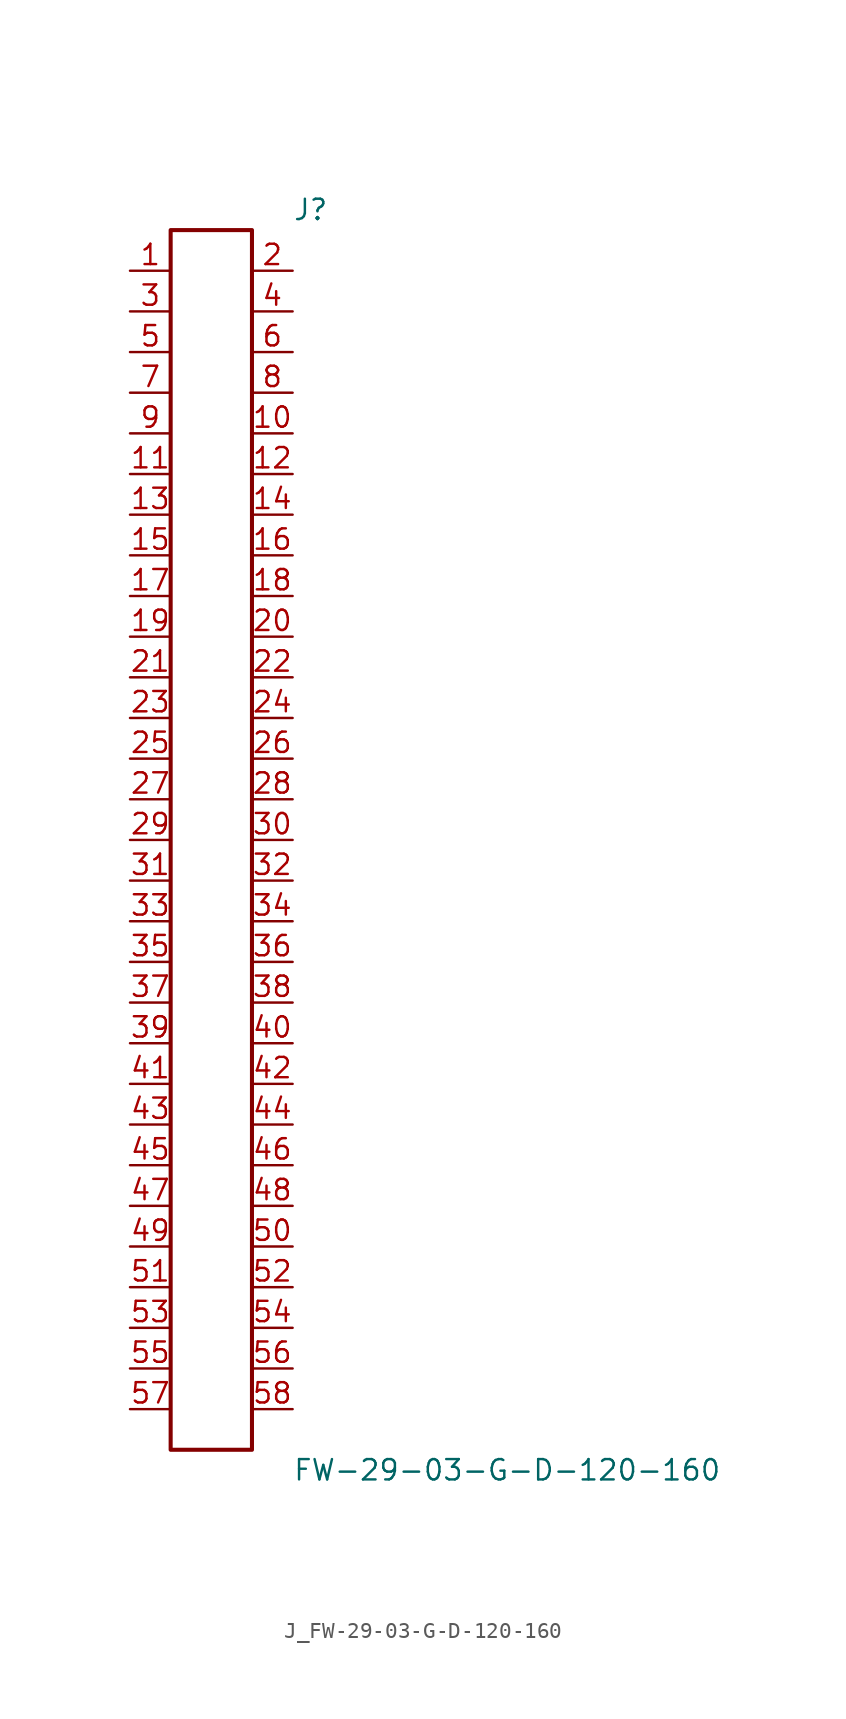
<source format=kicad_sym>
(kicad_symbol_lib
  (version 20231120)
  (generator kicad_symbol_editor)
  (generator_version 8.0)
  (symbol "J_FW-29-03-G-D-120-160"
    (pin_names
      (offset 0.254))
    (property "Reference" "J"
      (at 5.08 39.37 0)
      (effects (font (size 1.27 1.27)) (justify left)))
    (property "Value" "FW-29-03-G-D-120-160"
      (at 5.08 -39.37 0)
      (effects (font (size 1.27 1.27)) (justify left)))
    (symbol "J_FW-29-03-G-D-120-160_0_0"
      (pin passive line (at -5.08 35.56 0) (length 2.54) (name "" (effects (font (size 1.27 1.27)))) (number "1" (effects (font (size 1.27 1.27)))))
      (pin passive line (at 5.08 35.56 180) (length 2.54) (name "" (effects (font (size 1.27 1.27)))) (number "2" (effects (font (size 1.27 1.27)))))
      (pin passive line (at -5.08 33.02 0) (length 2.54) (name "" (effects (font (size 1.27 1.27)))) (number "3" (effects (font (size 1.27 1.27)))))
      (pin passive line (at 5.08 33.02 180) (length 2.54) (name "" (effects (font (size 1.27 1.27)))) (number "4" (effects (font (size 1.27 1.27)))))
      (pin passive line (at -5.08 30.48 0) (length 2.54) (name "" (effects (font (size 1.27 1.27)))) (number "5" (effects (font (size 1.27 1.27)))))
      (pin passive line (at 5.08 30.48 180) (length 2.54) (name "" (effects (font (size 1.27 1.27)))) (number "6" (effects (font (size 1.27 1.27)))))
      (pin passive line (at -5.08 27.94 0) (length 2.54) (name "" (effects (font (size 1.27 1.27)))) (number "7" (effects (font (size 1.27 1.27)))))
      (pin passive line (at 5.08 27.94 180) (length 2.54) (name "" (effects (font (size 1.27 1.27)))) (number "8" (effects (font (size 1.27 1.27)))))
      (pin passive line (at -5.08 25.4 0) (length 2.54) (name "" (effects (font (size 1.27 1.27)))) (number "9" (effects (font (size 1.27 1.27)))))
      (pin passive line (at 5.08 25.4 180) (length 2.54) (name "" (effects (font (size 1.27 1.27)))) (number "10" (effects (font (size 1.27 1.27)))))
      (pin passive line (at -5.08 22.86 0) (length 2.54) (name "" (effects (font (size 1.27 1.27)))) (number "11" (effects (font (size 1.27 1.27)))))
      (pin passive line (at 5.08 22.86 180) (length 2.54) (name "" (effects (font (size 1.27 1.27)))) (number "12" (effects (font (size 1.27 1.27)))))
      (pin passive line (at -5.08 20.32 0) (length 2.54) (name "" (effects (font (size 1.27 1.27)))) (number "13" (effects (font (size 1.27 1.27)))))
      (pin passive line (at 5.08 20.32 180) (length 2.54) (name "" (effects (font (size 1.27 1.27)))) (number "14" (effects (font (size 1.27 1.27)))))
      (pin passive line (at -5.08 17.78 0) (length 2.54) (name "" (effects (font (size 1.27 1.27)))) (number "15" (effects (font (size 1.27 1.27)))))
      (pin passive line (at 5.08 17.78 180) (length 2.54) (name "" (effects (font (size 1.27 1.27)))) (number "16" (effects (font (size 1.27 1.27)))))
      (pin passive line (at -5.08 15.24 0) (length 2.54) (name "" (effects (font (size 1.27 1.27)))) (number "17" (effects (font (size 1.27 1.27)))))
      (pin passive line (at 5.08 15.24 180) (length 2.54) (name "" (effects (font (size 1.27 1.27)))) (number "18" (effects (font (size 1.27 1.27)))))
      (pin passive line (at -5.08 12.7 0) (length 2.54) (name "" (effects (font (size 1.27 1.27)))) (number "19" (effects (font (size 1.27 1.27)))))
      (pin passive line (at 5.08 12.7 180) (length 2.54) (name "" (effects (font (size 1.27 1.27)))) (number "20" (effects (font (size 1.27 1.27)))))
      (pin passive line (at -5.08 10.16 0) (length 2.54) (name "" (effects (font (size 1.27 1.27)))) (number "21" (effects (font (size 1.27 1.27)))))
      (pin passive line (at 5.08 10.16 180) (length 2.54) (name "" (effects (font (size 1.27 1.27)))) (number "22" (effects (font (size 1.27 1.27)))))
      (pin passive line (at -5.08 7.62 0) (length 2.54) (name "" (effects (font (size 1.27 1.27)))) (number "23" (effects (font (size 1.27 1.27)))))
      (pin passive line (at 5.08 7.62 180) (length 2.54) (name "" (effects (font (size 1.27 1.27)))) (number "24" (effects (font (size 1.27 1.27)))))
      (pin passive line (at -5.08 5.08 0) (length 2.54) (name "" (effects (font (size 1.27 1.27)))) (number "25" (effects (font (size 1.27 1.27)))))
      (pin passive line (at 5.08 5.08 180) (length 2.54) (name "" (effects (font (size 1.27 1.27)))) (number "26" (effects (font (size 1.27 1.27)))))
      (pin passive line (at -5.08 2.54 0) (length 2.54) (name "" (effects (font (size 1.27 1.27)))) (number "27" (effects (font (size 1.27 1.27)))))
      (pin passive line (at 5.08 2.54 180) (length 2.54) (name "" (effects (font (size 1.27 1.27)))) (number "28" (effects (font (size 1.27 1.27)))))
      (pin passive line (at -5.08 0.0 0) (length 2.54) (name "" (effects (font (size 1.27 1.27)))) (number "29" (effects (font (size 1.27 1.27)))))
      (pin passive line (at 5.08 0.0 180) (length 2.54) (name "" (effects (font (size 1.27 1.27)))) (number "30" (effects (font (size 1.27 1.27)))))
      (pin passive line (at -5.08 -2.54 0) (length 2.54) (name "" (effects (font (size 1.27 1.27)))) (number "31" (effects (font (size 1.27 1.27)))))
      (pin passive line (at 5.08 -2.54 180) (length 2.54) (name "" (effects (font (size 1.27 1.27)))) (number "32" (effects (font (size 1.27 1.27)))))
      (pin passive line (at -5.08 -5.08 0) (length 2.54) (name "" (effects (font (size 1.27 1.27)))) (number "33" (effects (font (size 1.27 1.27)))))
      (pin passive line (at 5.08 -5.08 180) (length 2.54) (name "" (effects (font (size 1.27 1.27)))) (number "34" (effects (font (size 1.27 1.27)))))
      (pin passive line (at -5.08 -7.62 0) (length 2.54) (name "" (effects (font (size 1.27 1.27)))) (number "35" (effects (font (size 1.27 1.27)))))
      (pin passive line (at 5.08 -7.62 180) (length 2.54) (name "" (effects (font (size 1.27 1.27)))) (number "36" (effects (font (size 1.27 1.27)))))
      (pin passive line (at -5.08 -10.16 0) (length 2.54) (name "" (effects (font (size 1.27 1.27)))) (number "37" (effects (font (size 1.27 1.27)))))
      (pin passive line (at 5.08 -10.16 180) (length 2.54) (name "" (effects (font (size 1.27 1.27)))) (number "38" (effects (font (size 1.27 1.27)))))
      (pin passive line (at -5.08 -12.7 0) (length 2.54) (name "" (effects (font (size 1.27 1.27)))) (number "39" (effects (font (size 1.27 1.27)))))
      (pin passive line (at 5.08 -12.7 180) (length 2.54) (name "" (effects (font (size 1.27 1.27)))) (number "40" (effects (font (size 1.27 1.27)))))
      (pin passive line (at -5.08 -15.24 0) (length 2.54) (name "" (effects (font (size 1.27 1.27)))) (number "41" (effects (font (size 1.27 1.27)))))
      (pin passive line (at 5.08 -15.24 180) (length 2.54) (name "" (effects (font (size 1.27 1.27)))) (number "42" (effects (font (size 1.27 1.27)))))
      (pin passive line (at -5.08 -17.78 0) (length 2.54) (name "" (effects (font (size 1.27 1.27)))) (number "43" (effects (font (size 1.27 1.27)))))
      (pin passive line (at 5.08 -17.78 180) (length 2.54) (name "" (effects (font (size 1.27 1.27)))) (number "44" (effects (font (size 1.27 1.27)))))
      (pin passive line (at -5.08 -20.32 0) (length 2.54) (name "" (effects (font (size 1.27 1.27)))) (number "45" (effects (font (size 1.27 1.27)))))
      (pin passive line (at 5.08 -20.32 180) (length 2.54) (name "" (effects (font (size 1.27 1.27)))) (number "46" (effects (font (size 1.27 1.27)))))
      (pin passive line (at -5.08 -22.86 0) (length 2.54) (name "" (effects (font (size 1.27 1.27)))) (number "47" (effects (font (size 1.27 1.27)))))
      (pin passive line (at 5.08 -22.86 180) (length 2.54) (name "" (effects (font (size 1.27 1.27)))) (number "48" (effects (font (size 1.27 1.27)))))
      (pin passive line (at -5.08 -25.4 0) (length 2.54) (name "" (effects (font (size 1.27 1.27)))) (number "49" (effects (font (size 1.27 1.27)))))
      (pin passive line (at 5.08 -25.4 180) (length 2.54) (name "" (effects (font (size 1.27 1.27)))) (number "50" (effects (font (size 1.27 1.27)))))
      (pin passive line (at -5.08 -27.94 0) (length 2.54) (name "" (effects (font (size 1.27 1.27)))) (number "51" (effects (font (size 1.27 1.27)))))
      (pin passive line (at 5.08 -27.94 180) (length 2.54) (name "" (effects (font (size 1.27 1.27)))) (number "52" (effects (font (size 1.27 1.27)))))
      (pin passive line (at -5.08 -30.48 0) (length 2.54) (name "" (effects (font (size 1.27 1.27)))) (number "53" (effects (font (size 1.27 1.27)))))
      (pin passive line (at 5.08 -30.48 180) (length 2.54) (name "" (effects (font (size 1.27 1.27)))) (number "54" (effects (font (size 1.27 1.27)))))
      (pin passive line (at -5.08 -33.02 0) (length 2.54) (name "" (effects (font (size 1.27 1.27)))) (number "55" (effects (font (size 1.27 1.27)))))
      (pin passive line (at 5.08 -33.02 180) (length 2.54) (name "" (effects (font (size 1.27 1.27)))) (number "56" (effects (font (size 1.27 1.27)))))
      (pin passive line (at -5.08 -35.56 0) (length 2.54) (name "" (effects (font (size 1.27 1.27)))) (number "57" (effects (font (size 1.27 1.27)))))
      (pin passive line (at 5.08 -35.56 180) (length 2.54) (name "" (effects (font (size 1.27 1.27)))) (number "58" (effects (font (size 1.27 1.27))))))
    (symbol "J_FW-29-03-G-D-120-160_1_0"
      (rectangle (start -2.54 38.1) (end 2.54 -38.1) (stroke (width 0.254) (type solid)) (fill (type none))))))
</source>
